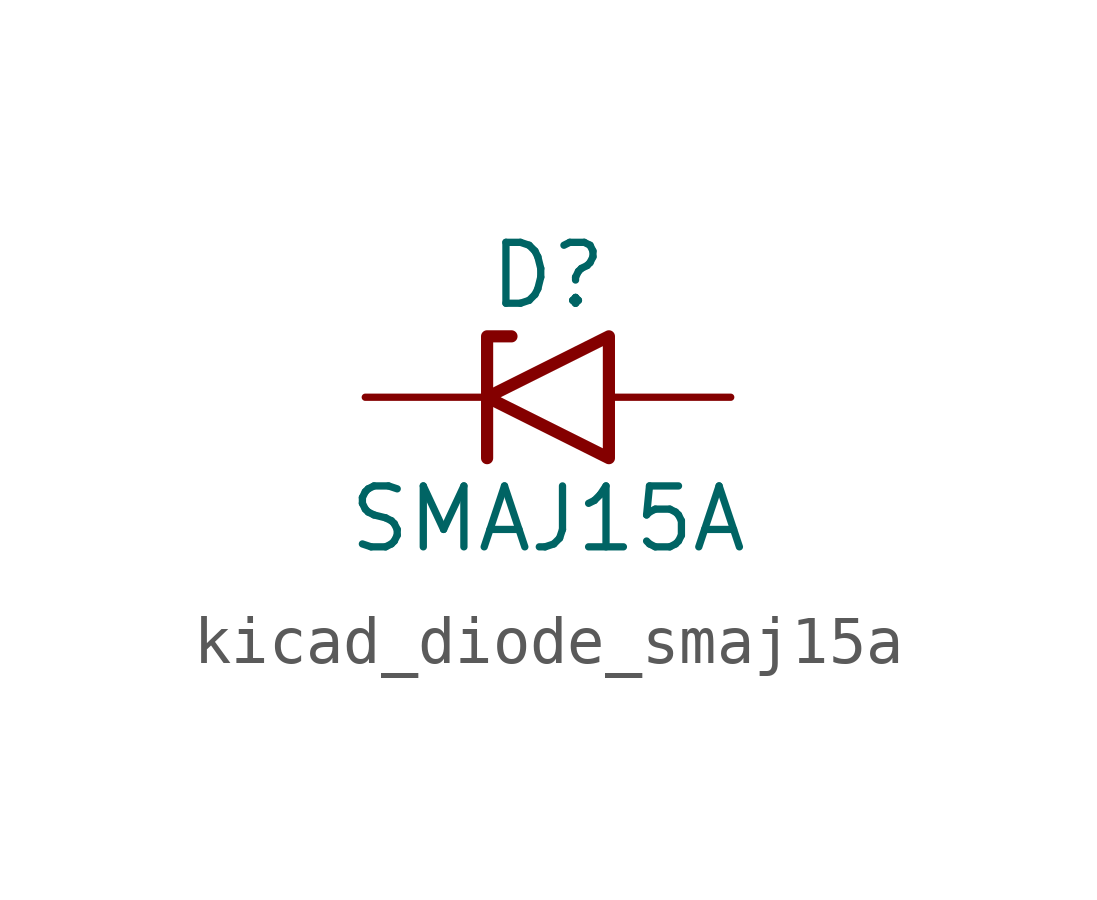
<source format=kicad_sym>
(kicad_symbol_lib
  (version 20220914)
  (generator kicad_symbol_editor)
  (symbol "kicad_diode_smaj15a"
    (pin_numbers hide)
    (pin_names
      (offset 1.016) hide)
    (property "Reference" "D"
      (at 0 2.54 0)
      (effects (font (size 1.27 1.27))))
    (property "Value" "SMAJ15A"
      (at 0 -2.54 0)
      (effects (font (size 1.27 1.27))))
    (symbol "kicad_diode_smaj15a_0_1"
      (polyline (pts (xy -0.762 1.27) (xy -1.27 1.27) (xy -1.27 -1.27)) (stroke (width 0.254) (type default)) (fill (type none)))
      (polyline (pts (xy 1.27 1.27) (xy 1.27 -1.27) (xy -1.27 0) (xy 1.27 1.27)) (stroke (width 0.254) (type default)) (fill (type none))))
    (symbol "kicad_diode_smaj15a_1_1"
      (pin passive line (at -3.81 0 0) (length 2.54) (name "A1" (effects (font (size 1.27 1.27)))) (number "1" (effects (font (size 1.27 1.27)))))
      (pin passive line (at 3.81 0 180) (length 2.54) (name "A2" (effects (font (size 1.27 1.27)))) (number "2" (effects (font (size 1.27 1.27))))))))
</source>
